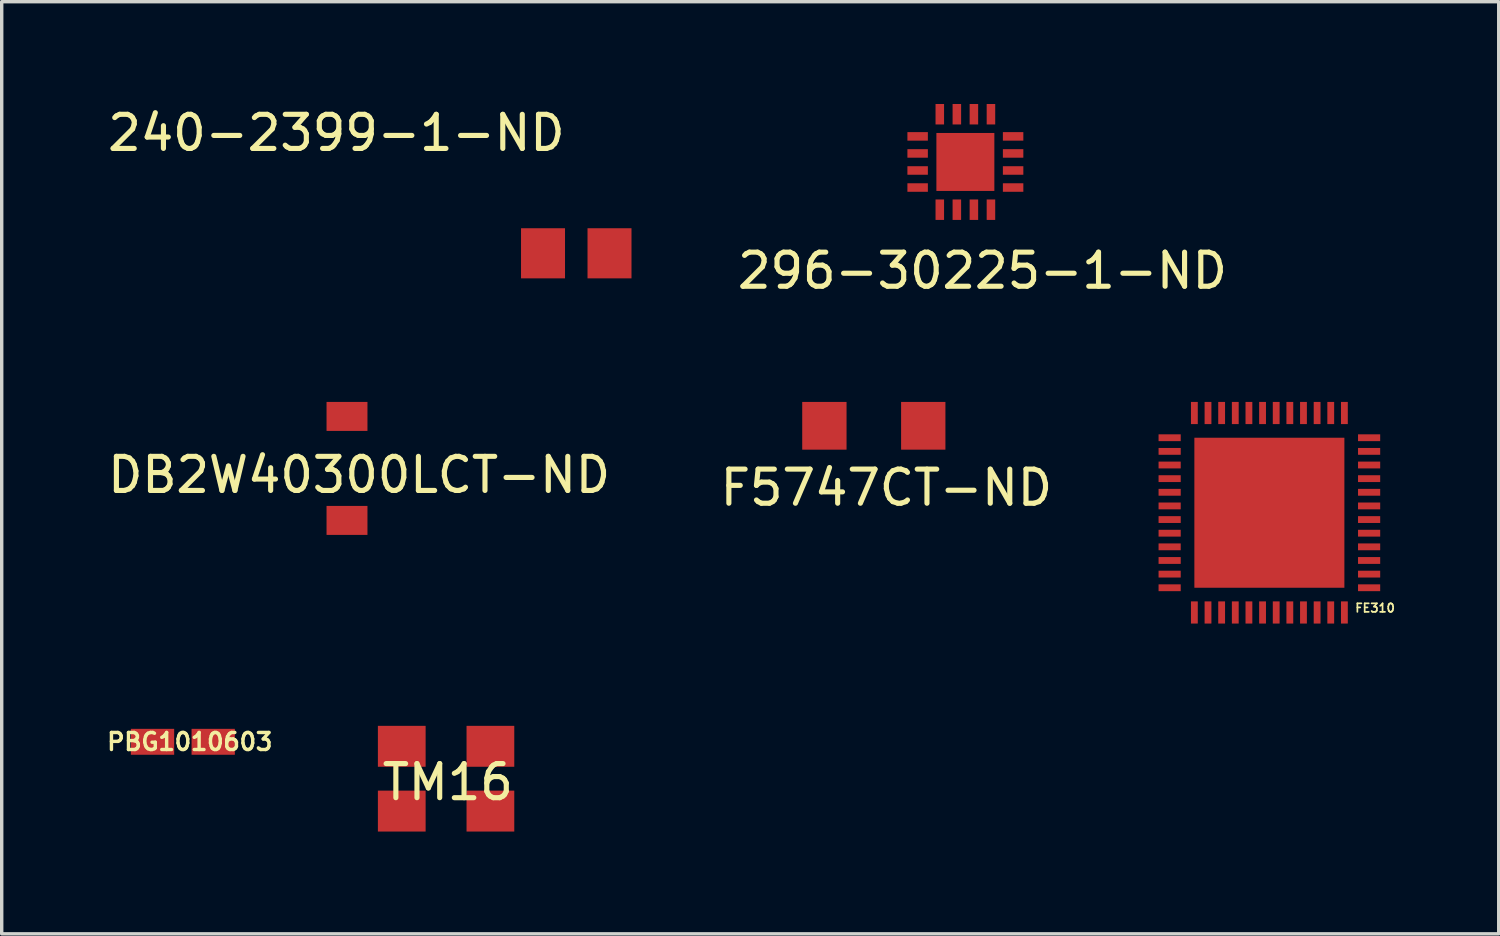
<source format=kicad_pcb>
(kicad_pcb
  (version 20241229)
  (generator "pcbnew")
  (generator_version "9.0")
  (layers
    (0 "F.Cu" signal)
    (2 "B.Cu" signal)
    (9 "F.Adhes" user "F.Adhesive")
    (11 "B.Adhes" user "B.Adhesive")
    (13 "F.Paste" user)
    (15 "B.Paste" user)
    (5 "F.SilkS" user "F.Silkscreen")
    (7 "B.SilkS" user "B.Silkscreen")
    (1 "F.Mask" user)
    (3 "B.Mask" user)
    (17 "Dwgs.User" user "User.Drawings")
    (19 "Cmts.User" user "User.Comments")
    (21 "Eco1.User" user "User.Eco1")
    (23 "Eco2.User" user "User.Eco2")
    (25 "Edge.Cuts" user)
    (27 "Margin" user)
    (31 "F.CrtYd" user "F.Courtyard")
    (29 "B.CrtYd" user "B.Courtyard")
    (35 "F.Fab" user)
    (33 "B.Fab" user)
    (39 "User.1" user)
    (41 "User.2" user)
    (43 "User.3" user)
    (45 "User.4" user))
  (footprint "TM16"
    (layer "F.Cu")
    (at 10.033 19.788)
    (property "Reference" "TM16" (at 0.051 0.102 0) (layer "F.SilkS") (effects (font (size 1 1) (thickness 0.15))))
    (attr through_hole)
    (pad "1" smd rect (at -1.3 -0.95) (size 1.4 1.2) (layers "F.Cu" "F.Mask" "F.Paste"))
    (pad "2" smd rect (at 1.3 -0.95) (size 1.4 1.2) (layers "F.Cu" "F.Mask" "F.Paste"))
    (pad "3" smd rect (at 1.3 0.95) (size 1.4 1.2) (layers "F.Cu" "F.Mask" "F.Paste"))
    (pad "4" smd rect (at -1.3 0.95) (size 1.4 1.2) (layers "F.Cu" "F.Mask" "F.Paste")))
  (footprint "PBG1010603"
    (layer "F.Cu")
    (at 2.313 18.706)
    (property "Reference" "PBG1010603" (at 0.203 0 0) (layer "F.SilkS") (effects (font (size 0.5 0.5) (thickness 0.1))))
    (attr through_hole)
    (pad "1" smd rect (at -0.89 0) (size 1.27 0.76) (layers "F.Cu" "F.Mask" "F.Paste"))
    (pad "2" smd rect (at 0.89 0) (size 1.27 0.76) (layers "F.Cu" "F.Mask" "F.Paste")))
  (footprint "F5747CT-ND"
    (layer "F.Cu")
    (at 22.578 9.438)
    (property "Reference" "F5747CT-ND" (at 0.368 1.816 0) (layer "F.SilkS") (effects (font (size 1 1) (thickness 0.15))))
    (attr through_hole)
    (pad "1" smd rect (at 1.45 0) (size 1.3 1.4) (layers "F.Cu" "F.Mask" "F.Paste"))
    (pad "2" smd rect (at -1.45 0) (size 1.3 1.4) (layers "F.Cu" "F.Mask" "F.Paste")))
  (footprint "296-30225-1-ND"
    (layer "F.Cu")
    (at 25.263 1.7)
    (property "Reference" "296-30225-1-ND" (at 0.5 3.19 0) (layer "F.SilkS") (effects (font (size 1 1) (thickness 0.15))))
    (attr through_hole)
    (pad "1" smd rect (at -1.4 -0.75) (size 0.6 0.25) (layers "F.Cu" "F.Mask" "F.Paste"))
    (pad "2" smd rect (at -1.4 -0.25) (size 0.6 0.25) (layers "F.Cu" "F.Mask" "F.Paste"))
    (pad "3" smd rect (at -1.4 0.25) (size 0.6 0.25) (layers "F.Cu" "F.Mask" "F.Paste"))
    (pad "4" smd rect (at -1.4 0.75) (size 0.6 0.25) (layers "F.Cu" "F.Mask" "F.Paste"))
    (pad "5" smd rect (at -0.75 1.4) (size 0.25 0.6) (layers "F.Cu" "F.Mask" "F.Paste"))
    (pad "6" smd rect (at -0.25 1.4) (size 0.25 0.6) (layers "F.Cu" "F.Mask" "F.Paste"))
    (pad "7" smd rect (at 0.25 1.4) (size 0.25 0.6) (layers "F.Cu" "F.Mask" "F.Paste"))
    (pad "8" smd rect (at 0.75 1.4) (size 0.25 0.6) (layers "F.Cu" "F.Mask" "F.Paste"))
    (pad "9" smd rect (at 1.4 0.75) (size 0.6 0.25) (layers "F.Cu" "F.Mask" "F.Paste"))
    (pad "10" smd rect (at 1.4 0.25) (size 0.6 0.25) (layers "F.Cu" "F.Mask" "F.Paste"))
    (pad "11" smd rect (at 1.4 -0.25) (size 0.6 0.25) (layers "F.Cu" "F.Mask" "F.Paste"))
    (pad "12" smd rect (at 1.4 -0.75) (size 0.6 0.25) (layers "F.Cu" "F.Mask" "F.Paste"))
    (pad "13" smd rect (at 0.75 -1.4) (size 0.25 0.6) (layers "F.Cu" "F.Mask" "F.Paste"))
    (pad "14" smd rect (at 0.25 -1.4) (size 0.25 0.6) (layers "F.Cu" "F.Mask" "F.Paste"))
    (pad "15" smd rect (at -0.25 -1.4) (size 0.25 0.6) (layers "F.Cu" "F.Mask" "F.Paste"))
    (pad "16" smd rect (at -0.75 -1.4) (size 0.25 0.6) (layers "F.Cu" "F.Mask" "F.Paste"))
    (pad "17" smd rect (at 0 0) (size 1.7 1.7) (layers "F.Cu" "F.Mask" "F.Paste")))
  (footprint "FE310"
    (layer "F.Cu")
    (at 34.179 11.988)
    (property "Reference" "FE310" (at 3.099 2.794 0) (layer "F.SilkS") (effects (font (size 0.25 0.25) (thickness 0.05))))
    (attr through_hole)
    (pad "1" smd rect (at -2.2 -2.925) (size 0.2 0.65) (layers "F.Cu" "F.Mask" "F.Paste"))
    (pad "2" smd rect (at -1.8 -2.925) (size 0.2 0.65) (layers "F.Cu" "F.Mask" "F.Paste"))
    (pad "3" smd rect (at -1.4 -2.925) (size 0.2 0.65) (layers "F.Cu" "F.Mask" "F.Paste"))
    (pad "4" smd rect (at -1 -2.925) (size 0.2 0.65) (layers "F.Cu" "F.Mask" "F.Paste"))
    (pad "5" smd rect (at -0.6 -2.925) (size 0.2 0.65) (layers "F.Cu" "F.Mask" "F.Paste"))
    (pad "6" smd rect (at -0.2 -2.925) (size 0.2 0.65) (layers "F.Cu" "F.Mask" "F.Paste"))
    (pad "7" smd rect (at 0.2 -2.925) (size 0.2 0.65) (layers "F.Cu" "F.Mask" "F.Paste"))
    (pad "8" smd rect (at 0.6 -2.925) (size 0.2 0.65) (layers "F.Cu" "F.Mask" "F.Paste"))
    (pad "9" smd rect (at 1 -2.925) (size 0.2 0.65) (layers "F.Cu" "F.Mask" "F.Paste"))
    (pad "10" smd rect (at 1.4 -2.925) (size 0.2 0.65) (layers "F.Cu" "F.Mask" "F.Paste"))
    (pad "11" smd rect (at 1.8 -2.925) (size 0.2 0.65) (layers "F.Cu" "F.Mask" "F.Paste"))
    (pad "12" smd rect (at 2.2 -2.925) (size 0.2 0.65) (layers "F.Cu" "F.Mask" "F.Paste"))
    (pad "13" smd rect (at 2.925 -2.2) (size 0.65 0.2) (layers "F.Cu" "F.Mask" "F.Paste"))
    (pad "14" smd rect (at 2.925 -1.8) (size 0.65 0.2) (layers "F.Cu" "F.Mask" "F.Paste"))
    (pad "15" smd rect (at 2.925 -1.4) (size 0.65 0.2) (layers "F.Cu" "F.Mask" "F.Paste"))
    (pad "16" smd rect (at 2.925 -1) (size 0.65 0.2) (layers "F.Cu" "F.Mask" "F.Paste"))
    (pad "17" smd rect (at 2.925 -0.6) (size 0.65 0.2) (layers "F.Cu" "F.Mask" "F.Paste"))
    (pad "18" smd rect (at 2.925 -0.2) (size 0.65 0.2) (layers "F.Cu" "F.Mask" "F.Paste"))
    (pad "19" smd rect (at 2.925 0.2) (size 0.65 0.2) (layers "F.Cu" "F.Mask" "F.Paste"))
    (pad "20" smd rect (at 2.925 0.6) (size 0.65 0.2) (layers "F.Cu" "F.Mask" "F.Paste"))
    (pad "21" smd rect (at 2.925 1) (size 0.65 0.2) (layers "F.Cu" "F.Mask" "F.Paste"))
    (pad "22" smd rect (at 2.925 1.4) (size 0.65 0.2) (layers "F.Cu" "F.Mask" "F.Paste"))
    (pad "23" smd rect (at 2.925 1.8) (size 0.65 0.2) (layers "F.Cu" "F.Mask" "F.Paste"))
    (pad "24" smd rect (at 2.925 2.2) (size 0.65 0.2) (layers "F.Cu" "F.Mask" "F.Paste"))
    (pad "25" smd rect (at 2.2 2.925) (size 0.2 0.65) (layers "F.Cu" "F.Mask" "F.Paste"))
    (pad "26" smd rect (at 1.8 2.925) (size 0.2 0.65) (layers "F.Cu" "F.Mask" "F.Paste"))
    (pad "27" smd rect (at 1.4 2.925) (size 0.2 0.65) (layers "F.Cu" "F.Mask" "F.Paste"))
    (pad "28" smd rect (at 1 2.925) (size 0.2 0.65) (layers "F.Cu" "F.Mask" "F.Paste"))
    (pad "29" smd rect (at 0.6 2.925) (size 0.2 0.65) (layers "F.Cu" "F.Mask" "F.Paste"))
    (pad "30" smd rect (at 0.2 2.925) (size 0.2 0.65) (layers "F.Cu" "F.Mask" "F.Paste"))
    (pad "31" smd rect (at -0.2 2.925) (size 0.2 0.65) (layers "F.Cu" "F.Mask" "F.Paste"))
    (pad "32" smd rect (at -0.6 2.925) (size 0.2 0.65) (layers "F.Cu" "F.Mask" "F.Paste"))
    (pad "33" smd rect (at -1 2.925) (size 0.2 0.65) (layers "F.Cu" "F.Mask" "F.Paste"))
    (pad "34" smd rect (at -1.4 2.925) (size 0.2 0.65) (layers "F.Cu" "F.Mask" "F.Paste"))
    (pad "35" smd rect (at -1.8 2.925) (size 0.2 0.65) (layers "F.Cu" "F.Mask" "F.Paste"))
    (pad "36" smd rect (at -2.2 2.925) (size 0.2 0.65) (layers "F.Cu" "F.Mask" "F.Paste"))
    (pad "37" smd rect (at -2.925 2.2) (size 0.65 0.2) (layers "F.Cu" "F.Mask" "F.Paste"))
    (pad "38" smd rect (at -2.925 1.8) (size 0.65 0.2) (layers "F.Cu" "F.Mask" "F.Paste"))
    (pad "39" smd rect (at -2.925 1.4) (size 0.65 0.2) (layers "F.Cu" "F.Mask" "F.Paste"))
    (pad "40" smd rect (at -2.925 1) (size 0.65 0.2) (layers "F.Cu" "F.Mask" "F.Paste"))
    (pad "41" smd rect (at -2.925 0.6) (size 0.65 0.2) (layers "F.Cu" "F.Mask" "F.Paste"))
    (pad "42" smd rect (at -2.925 0.2) (size 0.65 0.2) (layers "F.Cu" "F.Mask" "F.Paste"))
    (pad "43" smd rect (at -2.925 -0.2) (size 0.65 0.2) (layers "F.Cu" "F.Mask" "F.Paste"))
    (pad "44" smd rect (at -2.925 -0.6) (size 0.65 0.2) (layers "F.Cu" "F.Mask" "F.Paste"))
    (pad "45" smd rect (at -2.925 -1) (size 0.65 0.2) (layers "F.Cu" "F.Mask" "F.Paste"))
    (pad "46" smd rect (at -2.925 -1.4) (size 0.65 0.2) (layers "F.Cu" "F.Mask" "F.Paste"))
    (pad "47" smd rect (at -2.925 -1.8) (size 0.65 0.2) (layers "F.Cu" "F.Mask" "F.Paste"))
    (pad "48" smd rect (at -2.925 -2.2) (size 0.65 0.2) (layers "F.Cu" "F.Mask" "F.Paste"))
    (pad "49" smd rect (at 0 0) (size 4.4 4.4) (layers "F.Cu" "F.Mask" "F.Paste")))
  (footprint "240-2399-1-ND"
    (layer "F.Cu")
    (at 13.851 4.379)
    (property "Reference" "240-2399-1-ND" (at -7.036 -3.531 0) (layer "F.SilkS") (effects (font (size 1 1) (thickness 0.15))))
    (attr through_hole)
    (pad "1" smd rect (at -0.975 0) (size 1.29 1.47) (layers "F.Cu" "F.Mask" "F.Paste"))
    (pad "2" smd rect (at 0.975 0) (size 1.29 1.47) (layers "F.Cu" "F.Mask" "F.Paste")))
  (footprint "DB2W40300LCT-ND"
    (layer "F.Cu")
    (at 7.127 10.688)
    (property "Reference" "DB2W40300LCT-ND" (at 0.356 0.191 0) (layer "F.SilkS") (effects (font (size 1 1) (thickness 0.15))))
    (attr through_hole)
    (pad "1" smd rect (at 0 -1.525) (size 1.2 0.85) (layers "F.Cu" "F.Mask" "F.Paste"))
    (pad "2" smd rect (at 0 1.525) (size 1.2 0.85) (layers "F.Cu" "F.Mask" "F.Paste")))
  (gr_rect
    (start -3 -3)
    (end 40.905 24.338)
    (stroke (width 0.1) (type default))
    (fill no)
    (layer "Edge.Cuts")))
</source>
